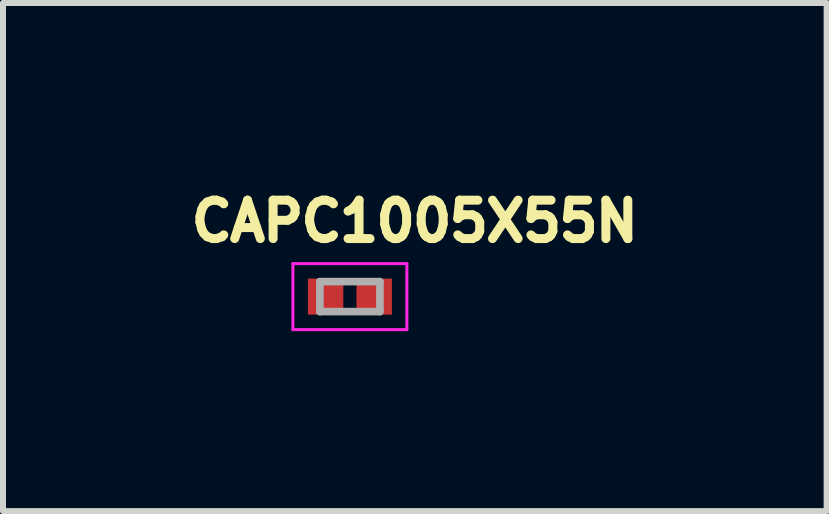
<source format=kicad_pcb>
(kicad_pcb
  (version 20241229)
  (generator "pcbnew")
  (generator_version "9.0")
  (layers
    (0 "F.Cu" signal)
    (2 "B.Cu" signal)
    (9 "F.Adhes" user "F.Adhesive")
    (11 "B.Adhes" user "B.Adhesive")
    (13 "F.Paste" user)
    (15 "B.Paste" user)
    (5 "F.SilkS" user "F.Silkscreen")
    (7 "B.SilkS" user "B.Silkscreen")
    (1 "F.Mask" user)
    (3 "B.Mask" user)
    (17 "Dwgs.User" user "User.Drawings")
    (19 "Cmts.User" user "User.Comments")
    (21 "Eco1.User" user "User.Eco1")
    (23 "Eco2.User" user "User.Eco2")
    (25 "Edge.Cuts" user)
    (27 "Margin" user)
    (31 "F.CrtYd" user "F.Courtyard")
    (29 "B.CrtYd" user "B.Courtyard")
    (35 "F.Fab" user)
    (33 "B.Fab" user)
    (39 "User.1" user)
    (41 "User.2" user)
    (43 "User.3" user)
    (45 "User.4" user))
  (footprint "CAPC1005X55N"
    (layer "F.Cu")
    (at 2.782 1.894)
    (property "Reference" "CAPC1005X55N" (at 1.082 -1.256 0) (layer "F.SilkS") (effects (font (size 0.64 0.64) (thickness 0.15))))
    (attr smd)
    (fp_line (start -0.95 -0.55) (end -0.95 0.55) (stroke (width 0.05) (type solid)) (layer "F.CrtYd"))
    (fp_line (start -0.95 0.55) (end 0.95 0.55) (stroke (width 0.05) (type solid)) (layer "F.CrtYd"))
    (fp_line (start 0.95 -0.55) (end -0.95 -0.55) (stroke (width 0.05) (type solid)) (layer "F.CrtYd"))
    (fp_line (start 0.95 0.55) (end 0.95 -0.55) (stroke (width 0.05) (type solid)) (layer "F.CrtYd"))
    (fp_line (start -0.5 -0.25) (end -0.5 0.25) (stroke (width 0.127) (type solid)) (layer "F.Fab"))
    (fp_line (start -0.5 0.25) (end 0.5 0.25) (stroke (width 0.127) (type solid)) (layer "F.Fab"))
    (fp_line (start 0.5 -0.25) (end -0.5 -0.25) (stroke (width 0.127) (type solid)) (layer "F.Fab"))
    (fp_line (start 0.5 0.25) (end 0.5 -0.25) (stroke (width 0.127) (type solid)) (layer "F.Fab"))
    (pad "1" smd rect (at -0.405 0) (size 0.59 0.6) (layers "F.Cu" "F.Paste"))
    (pad "2" smd rect (at 0.405 0) (size 0.59 0.6) (layers "F.Cu" "F.Paste")))
  (gr_rect
    (start -3 -3)
    (end 10.728 5.469)
    (stroke (width 0.1) (type default))
    (fill no)
    (layer "Edge.Cuts")))
</source>
